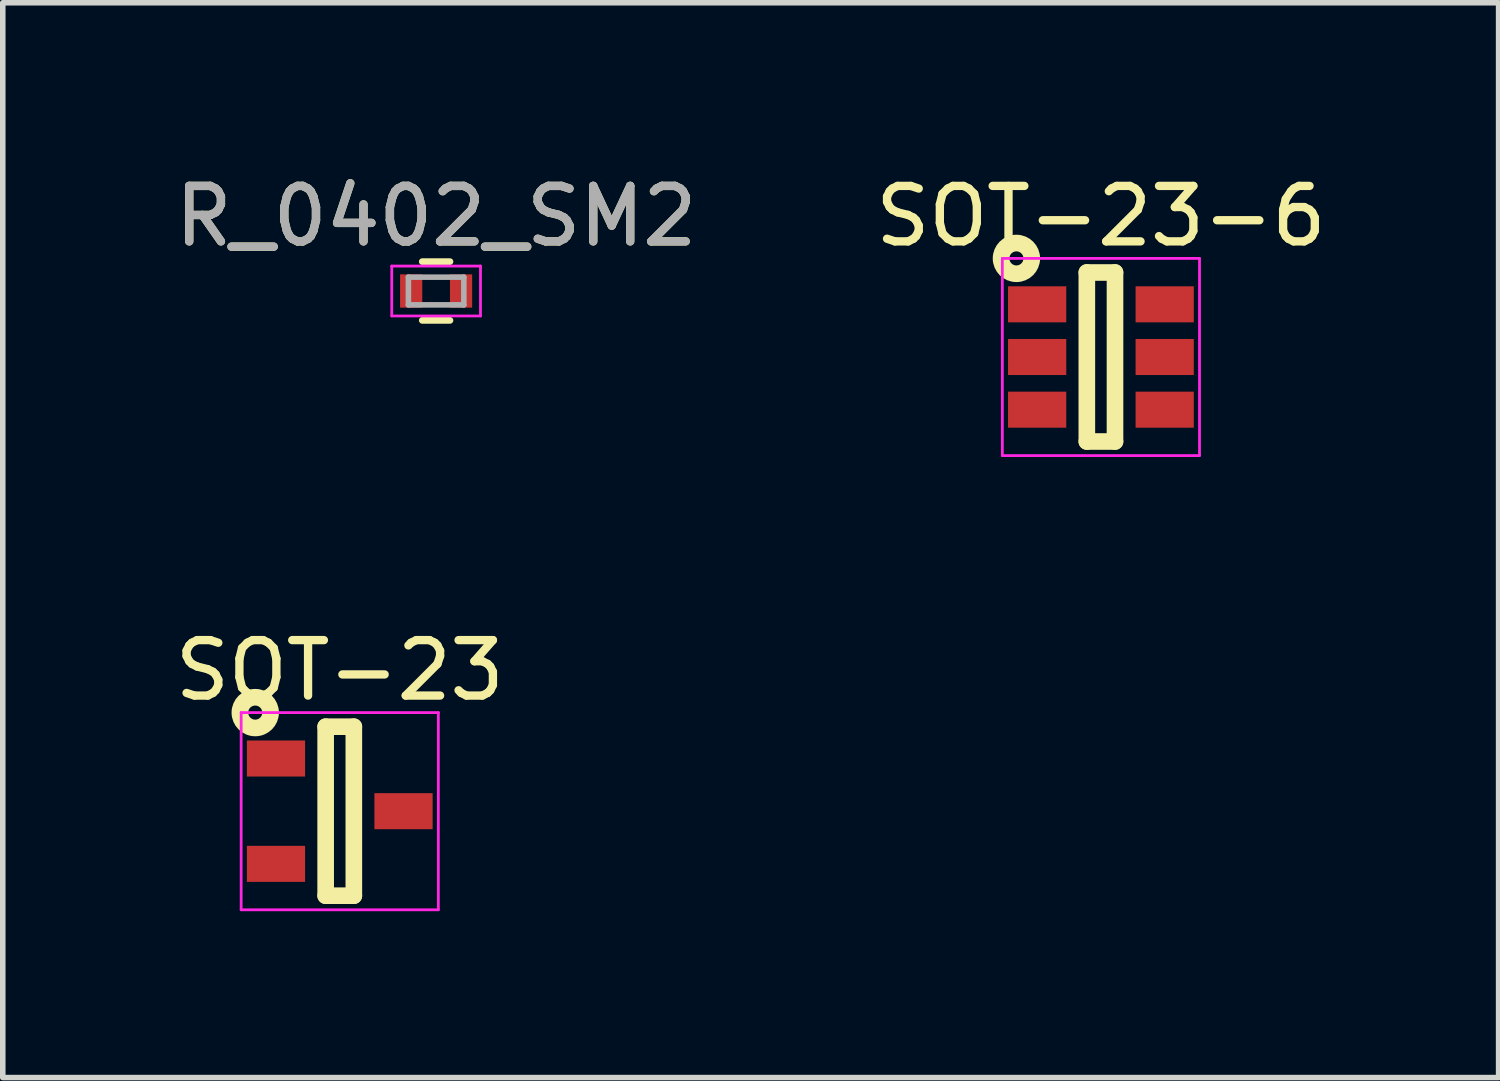
<source format=kicad_pcb>
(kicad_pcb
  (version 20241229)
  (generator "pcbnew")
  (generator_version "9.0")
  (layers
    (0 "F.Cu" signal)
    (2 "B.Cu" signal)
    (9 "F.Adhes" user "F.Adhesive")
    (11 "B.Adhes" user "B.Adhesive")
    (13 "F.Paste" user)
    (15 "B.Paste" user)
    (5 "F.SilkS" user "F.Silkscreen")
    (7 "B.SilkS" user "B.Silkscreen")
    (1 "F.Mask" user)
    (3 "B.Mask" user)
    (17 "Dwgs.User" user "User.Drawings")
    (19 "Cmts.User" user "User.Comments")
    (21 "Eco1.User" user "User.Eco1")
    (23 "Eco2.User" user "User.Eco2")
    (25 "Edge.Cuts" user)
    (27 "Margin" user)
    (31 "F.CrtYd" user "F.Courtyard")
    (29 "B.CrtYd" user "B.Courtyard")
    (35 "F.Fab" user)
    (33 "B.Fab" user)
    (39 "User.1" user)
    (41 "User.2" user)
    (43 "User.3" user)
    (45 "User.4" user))
  (footprint "SOT-23-6"
    (layer "F.Cu")
    (at 16.804 3.388)
    (property "Reference" "SOT-23-6" (at 0 -2.54 0) (layer "F.SilkS") (effects (font (size 1 1) (thickness 0.15))))
    (attr smd)
    (fp_line (start -0.254 -1.524) (end 0.254 -1.524) (stroke (width 0.3) (type solid)) (layer "F.SilkS"))
    (fp_line (start -0.254 1.524) (end -0.254 -1.524) (stroke (width 0.3) (type solid)) (layer "F.SilkS"))
    (fp_line (start 0.254 -1.524) (end 0.254 1.524) (stroke (width 0.3) (type solid)) (layer "F.SilkS"))
    (fp_line (start 0.254 1.524) (end -0.254 1.524) (stroke (width 0.3) (type solid)) (layer "F.SilkS"))
    (fp_circle (center -1.524 -1.778) (end -1.397 -1.778) (stroke (width 0.3) (type solid)) (fill no) (layer "F.SilkS"))
    (fp_line (start -1.778 -1.778) (end 1.778 -1.778) (stroke (width 0.05) (type solid)) (layer "F.CrtYd"))
    (fp_line (start -1.778 1.778) (end -1.778 -1.778) (stroke (width 0.05) (type solid)) (layer "F.CrtYd"))
    (fp_line (start 1.778 -1.778) (end 1.778 1.778) (stroke (width 0.05) (type solid)) (layer "F.CrtYd"))
    (fp_line (start 1.778 1.778) (end -1.778 1.778) (stroke (width 0.05) (type solid)) (layer "F.CrtYd"))
    (pad "1" smd rect (at -1.15 -0.95) (size 1.05 0.65) (layers "F.Cu" "F.Mask" "F.Paste"))
    (pad "2" smd rect (at -1.15 0) (size 1.05 0.65) (layers "F.Cu" "F.Mask" "F.Paste"))
    (pad "3" smd rect (at -1.15 0.95) (size 1.05 0.65) (layers "F.Cu" "F.Mask" "F.Paste"))
    (pad "4" smd rect (at 1.15 0.95) (size 1.05 0.65) (layers "F.Cu" "F.Mask" "F.Paste"))
    (pad "5" smd rect (at 1.15 0) (size 1.05 0.65) (layers "F.Cu" "F.Mask" "F.Paste"))
    (pad "6" smd rect (at 1.15 -0.95) (size 1.05 0.65) (layers "F.Cu" "F.Mask" "F.Paste")))
  (footprint "R_0402_SM2"
    (layer "F.Cu")
    (at 4.815 2.198)
    (property "Reference" "R_0402_SM2" (at 0 -1.35 0) (layer "F.SilkS") (effects (font (size 1 1) (thickness 0.15))))
    (attr smd)
    (fp_line (start -0.25 0.53) (end 0.25 0.53) (stroke (width 0.12) (type solid)) (layer "F.SilkS"))
    (fp_line (start 0.25 -0.53) (end -0.25 -0.53) (stroke (width 0.12) (type solid)) (layer "F.SilkS"))
    (fp_line (start -0.8 -0.45) (end -0.8 0.45) (stroke (width 0.05) (type solid)) (layer "F.CrtYd"))
    (fp_line (start -0.8 -0.45) (end 0.8 -0.45) (stroke (width 0.05) (type solid)) (layer "F.CrtYd"))
    (fp_line (start 0.8 0.45) (end -0.8 0.45) (stroke (width 0.05) (type solid)) (layer "F.CrtYd"))
    (fp_line (start 0.8 0.45) (end 0.8 -0.45) (stroke (width 0.05) (type solid)) (layer "F.CrtYd"))
    (fp_line (start -0.5 -0.25) (end 0.5 -0.25) (stroke (width 0.1) (type solid)) (layer "F.Fab"))
    (fp_line (start -0.5 0.25) (end -0.5 -0.25) (stroke (width 0.1) (type solid)) (layer "F.Fab"))
    (fp_line (start 0.5 -0.25) (end 0.5 0.25) (stroke (width 0.1) (type solid)) (layer "F.Fab"))
    (fp_line (start 0.5 0.25) (end -0.5 0.25) (stroke (width 0.1) (type solid)) (layer "F.Fab"))
    (fp_text user "${REFERENCE}" (at 0 -1.35 0) (layer "F.Fab") (effects (font (size 1 1) (thickness 0.15))))
    (pad "1" smd rect (at -0.45 0) (size 0.4 0.6) (layers "F.Cu" "F.Mask" "F.Paste"))
    (pad "2" smd rect (at 0.45 0) (size 0.4 0.6) (layers "F.Cu" "F.Mask" "F.Paste")))
  (footprint "SOT-23"
    (layer "F.Cu")
    (at 3.077 11.579)
    (property "Reference" "SOT-23" (at 0 -2.54 0) (layer "F.SilkS") (effects (font (size 1 1) (thickness 0.15))))
    (attr smd)
    (fp_line (start -0.254 -1.524) (end 0.254 -1.524) (stroke (width 0.3) (type solid)) (layer "F.SilkS"))
    (fp_line (start -0.254 1.524) (end -0.254 -1.524) (stroke (width 0.3) (type solid)) (layer "F.SilkS"))
    (fp_line (start 0.254 -1.524) (end 0.254 1.524) (stroke (width 0.3) (type solid)) (layer "F.SilkS"))
    (fp_line (start 0.254 1.524) (end -0.254 1.524) (stroke (width 0.3) (type solid)) (layer "F.SilkS"))
    (fp_circle (center -1.524 -1.778) (end -1.397 -1.778) (stroke (width 0.3) (type solid)) (fill no) (layer "F.SilkS"))
    (fp_line (start -1.778 -1.778) (end 1.778 -1.778) (stroke (width 0.05) (type solid)) (layer "F.CrtYd"))
    (fp_line (start -1.778 1.778) (end -1.778 -1.778) (stroke (width 0.05) (type solid)) (layer "F.CrtYd"))
    (fp_line (start 1.778 -1.778) (end 1.778 1.778) (stroke (width 0.05) (type solid)) (layer "F.CrtYd"))
    (fp_line (start 1.778 1.778) (end -1.778 1.778) (stroke (width 0.05) (type solid)) (layer "F.CrtYd"))
    (pad "1" smd rect (at -1.15 -0.95) (size 1.05 0.65) (layers "F.Cu" "F.Mask" "F.Paste"))
    (pad "2" smd rect (at -1.15 0.95) (size 1.05 0.65) (layers "F.Cu" "F.Mask" "F.Paste"))
    (pad "3" smd rect (at 1.15 0) (size 1.05 0.65) (layers "F.Cu" "F.Mask" "F.Paste")))
  (gr_rect
    (start -3 -3)
    (end 23.976 16.383)
    (stroke (width 0.1) (type default))
    (fill no)
    (layer "Edge.Cuts")))
</source>
